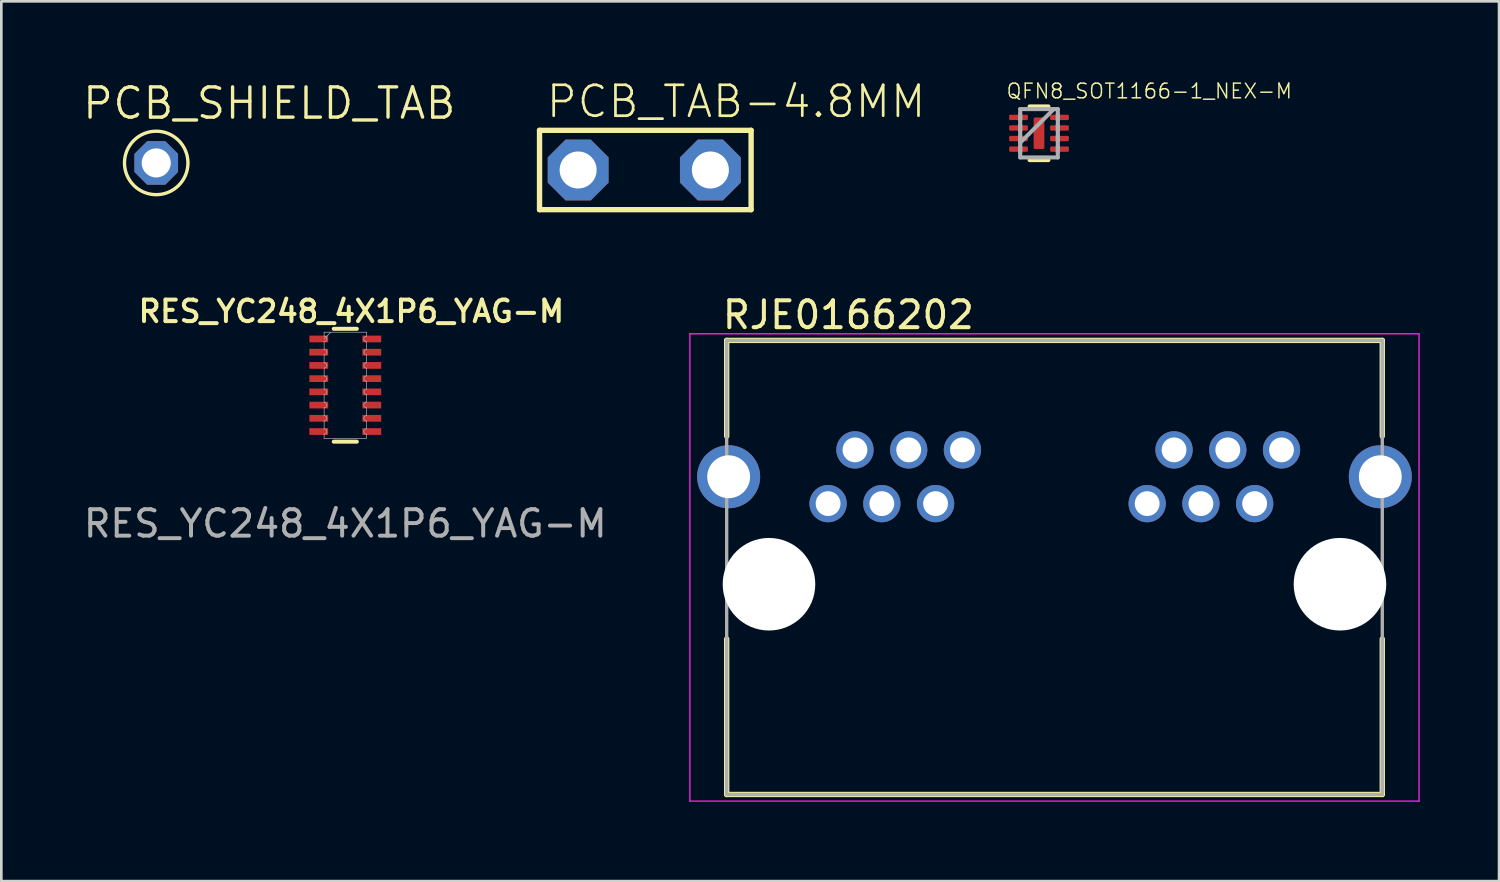
<source format=kicad_pcb>
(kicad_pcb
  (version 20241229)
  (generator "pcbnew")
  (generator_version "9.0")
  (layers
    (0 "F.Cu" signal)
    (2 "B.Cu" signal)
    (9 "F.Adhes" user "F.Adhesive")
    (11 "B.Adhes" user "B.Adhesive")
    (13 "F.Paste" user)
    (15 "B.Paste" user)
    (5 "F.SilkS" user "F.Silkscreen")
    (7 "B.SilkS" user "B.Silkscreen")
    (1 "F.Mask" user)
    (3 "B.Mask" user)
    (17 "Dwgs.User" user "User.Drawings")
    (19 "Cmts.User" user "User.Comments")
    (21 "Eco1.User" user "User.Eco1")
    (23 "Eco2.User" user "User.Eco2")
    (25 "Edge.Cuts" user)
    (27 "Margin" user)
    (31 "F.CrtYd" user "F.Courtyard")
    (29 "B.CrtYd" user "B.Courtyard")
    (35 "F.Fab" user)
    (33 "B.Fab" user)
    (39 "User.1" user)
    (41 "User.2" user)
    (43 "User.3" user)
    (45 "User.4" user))
  (footprint "RJE0166202"
    (layer "F.Cu")
    (at 36.822 19.041)
    (property "Reference" "RJE0166202" (at -12.636 -9.588 0) (layer "F.SilkS") (effects (font (size 1.016 1.016) (thickness 0.152)) (justify left bottom)))
    (attr through_hole)
    (fp_line (start -12.395 -9.22) (end 12.395 -9.22) (stroke (width 0.203) (type solid)) (layer "F.SilkS"))
    (fp_line (start -12.395 -5.599) (end -12.395 -9.22) (stroke (width 0.203) (type solid)) (layer "F.SilkS"))
    (fp_line (start -12.395 7.95) (end -12.395 2.07) (stroke (width 0.203) (type solid)) (layer "F.SilkS"))
    (fp_line (start 12.395 -9.22) (end 12.395 -5.599) (stroke (width 0.203) (type solid)) (layer "F.SilkS"))
    (fp_line (start 12.395 7.95) (end -12.395 7.95) (stroke (width 0.203) (type solid)) (layer "F.SilkS"))
    (fp_line (start 12.395 7.95) (end 12.395 2.07) (stroke (width 0.203) (type solid)) (layer "F.SilkS"))
    (fp_line (start -13.785 -9.47) (end -13.785 8.2) (stroke (width 0.05) (type solid)) (layer "F.CrtYd"))
    (fp_line (start -13.785 8.2) (end 13.785 8.2) (stroke (width 0.05) (type solid)) (layer "F.CrtYd"))
    (fp_line (start 13.785 -9.47) (end -13.785 -9.47) (stroke (width 0.05) (type solid)) (layer "F.CrtYd"))
    (fp_line (start 13.785 8.2) (end 13.785 -9.47) (stroke (width 0.05) (type solid)) (layer "F.CrtYd"))
    (fp_line (start -12.395 -9.22) (end 12.395 -9.22) (stroke (width 0.127) (type solid)) (layer "F.Fab"))
    (fp_line (start -12.395 7.95) (end -12.395 -9.22) (stroke (width 0.127) (type solid)) (layer "F.Fab"))
    (fp_line (start 12.395 -9.22) (end 12.395 7.95) (stroke (width 0.127) (type solid)) (layer "F.Fab"))
    (fp_line (start 12.395 7.95) (end -12.395 7.95) (stroke (width 0.127) (type solid)) (layer "F.Fab"))
    (pad "" np_thru_hole circle (at -10.795 0) (size 3.5 3.5) (drill 3.5) (layers "*.Cu" "*.Mask"))
    (pad "" np_thru_hole circle (at 10.795 0) (size 3.5 3.5) (drill 3.5) (layers "*.Cu" "*.Mask"))
    (pad "1_1" thru_hole circle (at -3.48 -5.08) (size 1.41 1.41) (drill 0.94) (layers "*.Cu" "*.Mask"))
    (pad "1_2" thru_hole circle (at 8.585 -5.08) (size 1.41 1.41) (drill 0.94) (layers "*.Cu" "*.Mask"))
    (pad "2_1" thru_hole circle (at -4.496 -3.048) (size 1.41 1.41) (drill 0.94) (layers "*.Cu" "*.Mask"))
    (pad "2_2" thru_hole circle (at 7.569 -3.048) (size 1.41 1.41) (drill 0.94) (layers "*.Cu" "*.Mask"))
    (pad "3_1" thru_hole circle (at -5.512 -5.08) (size 1.41 1.41) (drill 0.94) (layers "*.Cu" "*.Mask"))
    (pad "3_2" thru_hole circle (at 6.553 -5.08) (size 1.41 1.41) (drill 0.94) (layers "*.Cu" "*.Mask"))
    (pad "4_1" thru_hole circle (at -6.528 -3.048) (size 1.41 1.41) (drill 0.94) (layers "*.Cu" "*.Mask"))
    (pad "4_2" thru_hole circle (at 5.537 -3.048) (size 1.41 1.41) (drill 0.94) (layers "*.Cu" "*.Mask"))
    (pad "5_1" thru_hole circle (at -7.544 -5.08) (size 1.41 1.41) (drill 0.94) (layers "*.Cu" "*.Mask"))
    (pad "5_2" thru_hole circle (at 4.521 -5.08) (size 1.41 1.41) (drill 0.94) (layers "*.Cu" "*.Mask"))
    (pad "6_1" thru_hole circle (at -8.56 -3.048) (size 1.41 1.41) (drill 0.94) (layers "*.Cu" "*.Mask"))
    (pad "6_2" thru_hole circle (at 3.505 -3.048) (size 1.41 1.41) (drill 0.94) (layers "*.Cu" "*.Mask"))
    (pad "SH1" thru_hole circle (at -12.32 -4.064) (size 2.382 2.382) (drill 1.62) (layers "*.Cu" "*.Mask"))
    (pad "SH2" thru_hole circle (at 12.32 -4.064) (size 2.382 2.382) (drill 1.62) (layers "*.Cu" "*.Mask")))
  (footprint "RES_YC248_4X1P6_YAG-M"
    (layer "F.Cu")
    (at 10.006 11.517)
    (property "Reference" "RES_YC248_4X1P6_YAG-M" (at 0.229 -2.794 0) (unlocked yes) (layer "F.SilkS") (effects (font (size 0.813 0.813) (thickness 0.152) (bold yes))))
    (attr smd)
    (fp_line (start -0.436 -2.134) (end 0.436 -2.134) (stroke (width 0.152) (type solid)) (layer "F.SilkS"))
    (fp_line (start -0.436 2.134) (end 0.436 2.134) (stroke (width 0.152) (type solid)) (layer "F.SilkS"))
    (fp_line (start -0.8 -2.007) (end 0.8 -2.007) (stroke (width 0.025) (type solid)) (layer "F.Fab"))
    (fp_line (start -0.8 -1.852) (end -0.8 -2.007) (stroke (width 0.025) (type solid)) (layer "F.Fab"))
    (fp_line (start -0.8 -1.648) (end -0.8 -1.352) (stroke (width 0.025) (type solid)) (layer "F.Fab"))
    (fp_line (start -0.8 -1.148) (end -0.8 -0.852) (stroke (width 0.025) (type solid)) (layer "F.Fab"))
    (fp_line (start -0.8 -0.648) (end -0.8 -0.352) (stroke (width 0.025) (type solid)) (layer "F.Fab"))
    (fp_line (start -0.8 -0.148) (end -0.8 0.148) (stroke (width 0.025) (type solid)) (layer "F.Fab"))
    (fp_line (start -0.8 0.352) (end -0.8 0.648) (stroke (width 0.025) (type solid)) (layer "F.Fab"))
    (fp_line (start -0.8 0.852) (end -0.8 1.148) (stroke (width 0.025) (type solid)) (layer "F.Fab"))
    (fp_line (start -0.8 1.352) (end -0.8 1.648) (stroke (width 0.025) (type solid)) (layer "F.Fab"))
    (fp_line (start -0.8 1.852) (end -0.8 2.007) (stroke (width 0.025) (type solid)) (layer "F.Fab"))
    (fp_line (start -0.8 2.007) (end 0.8 2.007) (stroke (width 0.025) (type solid)) (layer "F.Fab"))
    (fp_line (start -0.546 -2.007) (end -0.8 -1.753) (stroke (width 0.025) (type solid)) (layer "F.Fab"))
    (fp_line (start 0.8 -1.852) (end 0.8 -2.007) (stroke (width 0.025) (type solid)) (layer "F.Fab"))
    (fp_line (start 0.8 -1.648) (end 0.8 -1.352) (stroke (width 0.025) (type solid)) (layer "F.Fab"))
    (fp_line (start 0.8 -1.148) (end 0.8 -0.852) (stroke (width 0.025) (type solid)) (layer "F.Fab"))
    (fp_line (start 0.8 -0.648) (end 0.8 -0.352) (stroke (width 0.025) (type solid)) (layer "F.Fab"))
    (fp_line (start 0.8 -0.148) (end 0.8 0.148) (stroke (width 0.025) (type solid)) (layer "F.Fab"))
    (fp_line (start 0.8 0.352) (end 0.8 0.648) (stroke (width 0.025) (type solid)) (layer "F.Fab"))
    (fp_line (start 0.8 0.852) (end 0.8 1.148) (stroke (width 0.025) (type solid)) (layer "F.Fab"))
    (fp_line (start 0.8 1.352) (end 0.8 1.648) (stroke (width 0.025) (type solid)) (layer "F.Fab"))
    (fp_line (start 0.8 1.852) (end 0.8 2.007) (stroke (width 0.025) (type solid)) (layer "F.Fab"))
    (fp_arc (start -0.8001 -1.851599) (mid -0.6985 -1.749999) (end -0.8001 -1.648399) (stroke (width 0.0254) (type solid)) (layer "F.Fab"))
    (fp_arc (start -0.8001 -1.3516) (mid -0.6985 -1.25) (end -0.8001 -1.1484) (stroke (width 0.0254) (type solid)) (layer "F.Fab"))
    (fp_arc (start -0.8001 -0.851601) (mid -0.6985 -0.750001) (end -0.8001 -0.648401) (stroke (width 0.0254) (type solid)) (layer "F.Fab"))
    (fp_arc (start -0.8001 -0.351599) (mid -0.6985 -0.25) (end -0.8001 -0.1484) (stroke (width 0.0254) (type solid)) (layer "F.Fab"))
    (fp_arc (start -0.8001 0.1484) (mid -0.6985 0.249999) (end -0.8001 0.351599) (stroke (width 0.0254) (type solid)) (layer "F.Fab"))
    (fp_arc (start -0.8001 0.648401) (mid -0.6985 0.750001) (end -0.8001 0.851601) (stroke (width 0.0254) (type solid)) (layer "F.Fab"))
    (fp_arc (start -0.8001 1.1484) (mid -0.6985 1.25) (end -0.8001 1.3516) (stroke (width 0.0254) (type solid)) (layer "F.Fab"))
    (fp_arc (start -0.8001 1.648399) (mid -0.6985 1.749999) (end -0.8001 1.851599) (stroke (width 0.0254) (type solid)) (layer "F.Fab"))
    (fp_arc (start 0.8001 -1.648399) (mid 0.6985 -1.749999) (end 0.8001 -1.851599) (stroke (width 0.0254) (type solid)) (layer "F.Fab"))
    (fp_arc (start 0.8001 -1.1484) (mid 0.6985 -1.25) (end 0.8001 -1.3516) (stroke (width 0.0254) (type solid)) (layer "F.Fab"))
    (fp_arc (start 0.8001 -0.648401) (mid 0.6985 -0.750001) (end 0.8001 -0.851601) (stroke (width 0.0254) (type solid)) (layer "F.Fab"))
    (fp_arc (start 0.8001 -0.1484) (mid 0.6985 -0.249999) (end 0.8001 -0.351599) (stroke (width 0.0254) (type solid)) (layer "F.Fab"))
    (fp_arc (start 0.8001 0.351599) (mid 0.6985 0.25) (end 0.8001 0.1484) (stroke (width 0.0254) (type solid)) (layer "F.Fab"))
    (fp_arc (start 0.8001 0.851601) (mid 0.6985 0.750001) (end 0.8001 0.648401) (stroke (width 0.0254) (type solid)) (layer "F.Fab"))
    (fp_arc (start 0.8001 1.3516) (mid 0.6985 1.25) (end 0.8001 1.1484) (stroke (width 0.0254) (type solid)) (layer "F.Fab"))
    (fp_arc (start 0.8001 1.851599) (mid 0.6985 1.749999) (end 0.8001 1.648399) (stroke (width 0.0254) (type solid)) (layer "F.Fab"))
    (fp_text user "${REFERENCE}" (at 0 5.232 0) (unlocked yes) (layer "F.Fab") (effects (font (size 1 1) (thickness 0.15))))
    (pad "1" smd rect (at -1.003 -1.75) (size 0.711 0.254) (layers "F.Cu" "F.Mask" "F.Paste"))
    (pad "2" smd rect (at -1.003 -1.25) (size 0.711 0.254) (layers "F.Cu" "F.Mask" "F.Paste"))
    (pad "3" smd rect (at -1.003 -0.75) (size 0.711 0.254) (layers "F.Cu" "F.Mask" "F.Paste"))
    (pad "4" smd rect (at -1.003 -0.25) (size 0.711 0.254) (layers "F.Cu" "F.Mask" "F.Paste"))
    (pad "5" smd rect (at -1.003 0.25) (size 0.711 0.254) (layers "F.Cu" "F.Mask" "F.Paste"))
    (pad "6" smd rect (at -1.003 0.75) (size 0.711 0.254) (layers "F.Cu" "F.Mask" "F.Paste"))
    (pad "7" smd rect (at -1.003 1.25) (size 0.711 0.254) (layers "F.Cu" "F.Mask" "F.Paste"))
    (pad "8" smd rect (at -1.003 1.75) (size 0.711 0.254) (layers "F.Cu" "F.Mask" "F.Paste"))
    (pad "9" smd rect (at 1.003 1.75) (size 0.711 0.254) (layers "F.Cu" "F.Mask" "F.Paste"))
    (pad "10" smd rect (at 1.003 1.25) (size 0.711 0.254) (layers "F.Cu" "F.Mask" "F.Paste"))
    (pad "11" smd rect (at 1.003 0.75) (size 0.711 0.254) (layers "F.Cu" "F.Mask" "F.Paste"))
    (pad "12" smd rect (at 1.003 0.25) (size 0.711 0.254) (layers "F.Cu" "F.Mask" "F.Paste"))
    (pad "13" smd rect (at 1.003 -0.25) (size 0.711 0.254) (layers "F.Cu" "F.Mask" "F.Paste"))
    (pad "14" smd rect (at 1.003 -0.75) (size 0.711 0.254) (layers "F.Cu" "F.Mask" "F.Paste"))
    (pad "15" smd rect (at 1.003 -1.25) (size 0.711 0.254) (layers "F.Cu" "F.Mask" "F.Paste"))
    (pad "16" smd rect (at 1.003 -1.75) (size 0.711 0.254) (layers "F.Cu" "F.Mask" "F.Paste")))
  (footprint "QFN8_SOT1166-1_NEX-M"
    (layer "F.Cu")
    (at 36.237 1.989)
    (property "Reference" "QFN8_SOT1166-1_NEX-M" (at -1.27 -1.27 0) (layer "F.SilkS") (effects (font (size 0.555 0.555) (thickness 0.055)) (justify left bottom)))
    (fp_line (start -0.356 1.016) (end 0.356 1.016) (stroke (width 0.152) (type solid)) (layer "F.SilkS"))
    (fp_line (start 0.356 -1.016) (end -0.356 -1.016) (stroke (width 0.152) (type solid)) (layer "F.SilkS"))
    (fp_line (start -0.711 -0.914) (end -0.711 0.914) (stroke (width 0.152) (type solid)) (layer "F.Fab"))
    (fp_line (start -0.711 -0.737) (end -0.711 -0.483) (stroke (width 0.152) (type solid)) (layer "F.Fab"))
    (fp_line (start -0.711 -0.33) (end -0.711 -0.076) (stroke (width 0.152) (type solid)) (layer "F.Fab"))
    (fp_line (start -0.711 0.076) (end -0.711 0.33) (stroke (width 0.152) (type solid)) (layer "F.Fab"))
    (fp_line (start -0.711 0.356) (end 0.559 -0.914) (stroke (width 0.152) (type solid)) (layer "F.Fab"))
    (fp_line (start -0.711 0.483) (end -0.711 0.737) (stroke (width 0.152) (type solid)) (layer "F.Fab"))
    (fp_line (start -0.711 0.914) (end 0.711 0.914) (stroke (width 0.152) (type solid)) (layer "F.Fab"))
    (fp_line (start 0.711 -0.914) (end -0.711 -0.914) (stroke (width 0.152) (type solid)) (layer "F.Fab"))
    (fp_line (start 0.711 -0.483) (end 0.711 -0.737) (stroke (width 0.152) (type solid)) (layer "F.Fab"))
    (fp_line (start 0.711 -0.076) (end 0.711 -0.33) (stroke (width 0.152) (type solid)) (layer "F.Fab"))
    (fp_line (start 0.711 0.33) (end 0.711 0.076) (stroke (width 0.152) (type solid)) (layer "F.Fab"))
    (fp_line (start 0.711 0.737) (end 0.711 0.483) (stroke (width 0.152) (type solid)) (layer "F.Fab"))
    (fp_line (start 0.711 0.914) (end 0.711 -0.914) (stroke (width 0.152) (type solid)) (layer "F.Fab"))
    (fp_line (start 0.711 -0.914) (end -0.711 -0.914) (stroke (width 0.152) (type solid)) (layer "User.1"))
    (pad "1" smd roundrect (at -0.775 -0.6 270) (size 0.203 0.711) (layers "F.Cu" "F.Mask" "F.Paste") (roundrect_rratio 0.25))
    (pad "2" smd roundrect (at -0.775 -0.2 270) (size 0.203 0.711) (layers "F.Cu" "F.Mask" "F.Paste") (roundrect_rratio 0.25))
    (pad "3" smd roundrect (at -0.775 0.2 270) (size 0.203 0.711) (layers "F.Cu" "F.Mask" "F.Paste") (roundrect_rratio 0.25))
    (pad "4" smd roundrect (at -0.775 0.6 270) (size 0.203 0.711) (layers "F.Cu" "F.Mask" "F.Paste") (roundrect_rratio 0.25))
    (pad "5" smd roundrect (at 0.775 0.6 270) (size 0.203 0.711) (layers "F.Cu" "F.Mask" "F.Paste") (roundrect_rratio 0.25))
    (pad "6" smd roundrect (at 0.775 0.2 270) (size 0.203 0.711) (layers "F.Cu" "F.Mask" "F.Paste") (roundrect_rratio 0.25))
    (pad "7" smd roundrect (at 0.775 -0.2 270) (size 0.203 0.711) (layers "F.Cu" "F.Mask" "F.Paste") (roundrect_rratio 0.25))
    (pad "8" smd roundrect (at 0.775 -0.6 270) (size 0.203 0.711) (layers "F.Cu" "F.Mask" "F.Paste") (roundrect_rratio 0.25))
    (pad "9" smd roundrect (at 0 0) (size 0.406 1.194) (layers "F.Cu" "F.Mask" "F.Paste") (roundrect_rratio 0.125)))
  (footprint "PCB_TAB-4.8MM"
    (layer "F.Cu")
    (at 21.351 3.378)
    (property "Reference" "PCB_TAB-4.8MM" (at -3.81 -1.905 0) (layer "F.SilkS") (effects (font (size 1.168 1.168) (thickness 0.102)) (justify left bottom)))
    (fp_line (start -4 -1.5) (end -4 1.5) (stroke (width 0.203) (type solid)) (layer "F.SilkS"))
    (fp_line (start -4 1.5) (end 4 1.5) (stroke (width 0.203) (type solid)) (layer "F.SilkS"))
    (fp_line (start 4 -1.5) (end -4 -1.5) (stroke (width 0.203) (type solid)) (layer "F.SilkS"))
    (fp_line (start 4 1.5) (end 4 -1.5) (stroke (width 0.203) (type solid)) (layer "F.SilkS"))
    (pad "P$1" thru_hole roundrect (at -2.54 0 90) (size 2.3 2.3) (drill 1.4) (layers "*.Cu" "*.Mask") (roundrect_rratio 0.25) (chamfer_ratio 0.293) (chamfer top_left top_right bottom_left bottom_right))
    (pad "P$2" thru_hole roundrect (at 2.46 0 90) (size 2.3 2.3) (drill 1.4) (layers "*.Cu" "*.Mask") (roundrect_rratio 0.25) (chamfer_ratio 0.293) (chamfer top_left top_right bottom_left bottom_right)))
  (footprint "PCB_SHIELD_TAB"
    (layer "F.Cu")
    (at 2.857 3.111)
    (property "Reference" "PCB_SHIELD_TAB" (at -2.857 -1.587 0) (layer "F.SilkS") (effects (font (size 1.143 1.143) (thickness 0.127)) (justify left bottom)))
    (attr exclude_from_bom)
    (fp_circle (center 0 0) (end 1.2 0) (stroke (width 0.127) (type solid)) (fill no) (layer "F.SilkS"))
    (pad "1" thru_hole roundrect (at 0 0) (size 1.65 1.65) (drill 1.1) (layers "*.Cu" "*.Mask") (roundrect_rratio 0.25) (chamfer_ratio 0.293) (chamfer top_left top_right bottom_left bottom_right)))
  (gr_rect
    (start -3 -3)
    (end 53.632 30.267)
    (stroke (width 0.1) (type default))
    (fill no)
    (layer "Edge.Cuts")))
</source>
